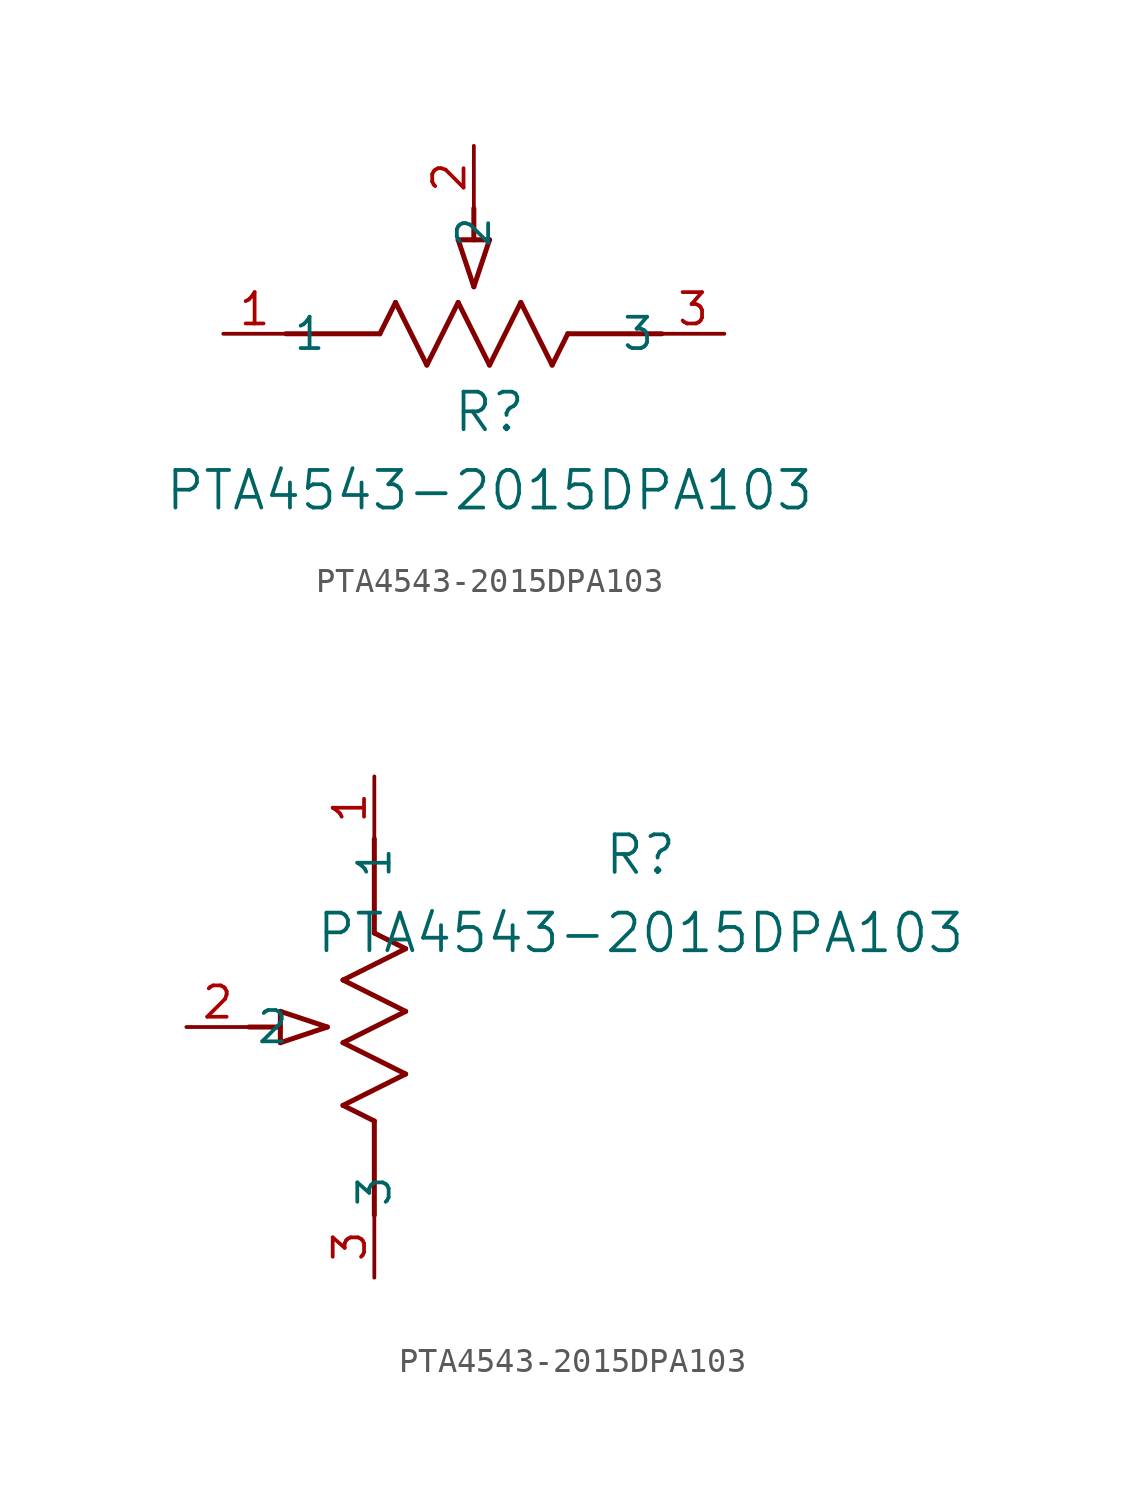
<source format=kicad_sym>
(kicad_symbol_lib
  (version 20211014)
  (generator kicad_symbol_editor)
  (symbol "PTA4543-2015DPA103"
    (pin_names
      (offset 0.254))
    (property "Reference" "R"
      (at 10.795 -3.175 0)
      (effects (font (size 1.524 1.524))))
    (property "Value" "PTA4543-2015DPA103"
      (at 10.795 -6.35 0)
      (effects (font (size 1.524 1.524))))
    (symbol "PTA4543-2015DPA103_1_1"
      (polyline (pts (xy 9.525 3.81) (xy 10.16 1.905)) (stroke (width 0.203) (type default) (color 0 0 0 0)) (fill (type none)))
      (polyline (pts (xy 10.795 3.81) (xy 10.16 1.905)) (stroke (width 0.203) (type default) (color 0 0 0 0)) (fill (type none)))
      (polyline (pts (xy 9.525 3.81) (xy 10.795 3.81)) (stroke (width 0.203) (type default) (color 0 0 0 0)) (fill (type none)))
      (polyline (pts (xy 10.16 3.81) (xy 10.16 5.08)) (stroke (width 0.203) (type default) (color 0 0 0 0)) (fill (type none)))
      (polyline (pts (xy 6.35 0) (xy 6.985 1.27)) (stroke (width 0.203) (type default) (color 0 0 0 0)) (fill (type none)))
      (polyline (pts (xy 9.525 1.27) (xy 10.795 -1.27)) (stroke (width 0.203) (type default) (color 0 0 0 0)) (fill (type none)))
      (polyline (pts (xy 10.795 -1.27) (xy 12.065 1.27)) (stroke (width 0.203) (type default) (color 0 0 0 0)) (fill (type none)))
      (polyline (pts (xy 8.255 -1.27) (xy 9.525 1.27)) (stroke (width 0.203) (type default) (color 0 0 0 0)) (fill (type none)))
      (polyline (pts (xy 6.985 1.27) (xy 8.255 -1.27)) (stroke (width 0.203) (type default) (color 0 0 0 0)) (fill (type none)))
      (polyline (pts (xy 13.335 -1.27) (xy 13.97 0)) (stroke (width 0.203) (type default) (color 0 0 0 0)) (fill (type none)))
      (polyline (pts (xy 13.97 0) (xy 17.78 0)) (stroke (width 0.203) (type default) (color 0 0 0 0)) (fill (type none)))
      (polyline (pts (xy 2.54 0) (xy 6.35 0)) (stroke (width 0.203) (type default) (color 0 0 0 0)) (fill (type none)))
      (polyline (pts (xy 12.065 1.27) (xy 13.335 -1.27)) (stroke (width 0.203) (type default) (color 0 0 0 0)) (fill (type none)))
      (pin unspecified line (at 20.32 0 180) (length 2.54) (name "3" (effects (font (size 1.27 1.27)))) (number "3" (effects (font (size 1.27 1.27)))))
      (pin unspecified line (at 10.16 7.62 270) (length 2.54) (name "2" (effects (font (size 1.27 1.27)))) (number "2" (effects (font (size 1.27 1.27)))))
      (pin unspecified line (at 0 0 0) (length 2.54) (name "1" (effects (font (size 1.27 1.27)))) (number "1" (effects (font (size 1.27 1.27))))))
    (symbol "PTA4543-2015DPA103_1_2"
      (polyline (pts (xy 0 -13.97) (xy -1.27 -13.335)) (stroke (width 0.203) (type default) (color 0 0 0 0)) (fill (type none)))
      (polyline (pts (xy 0 -17.78) (xy 0 -13.97)) (stroke (width 0.203) (type default) (color 0 0 0 0)) (fill (type none)))
      (polyline (pts (xy -3.81 -10.795) (xy -1.905 -10.16)) (stroke (width 0.203) (type default) (color 0 0 0 0)) (fill (type none)))
      (polyline (pts (xy -3.81 -9.525) (xy -1.905 -10.16)) (stroke (width 0.203) (type default) (color 0 0 0 0)) (fill (type none)))
      (polyline (pts (xy -3.81 -10.795) (xy -3.81 -9.525)) (stroke (width 0.203) (type default) (color 0 0 0 0)) (fill (type none)))
      (polyline (pts (xy 1.27 -12.065) (xy -1.27 -10.795)) (stroke (width 0.203) (type default) (color 0 0 0 0)) (fill (type none)))
      (polyline (pts (xy -1.27 -10.795) (xy 1.27 -9.525)) (stroke (width 0.203) (type default) (color 0 0 0 0)) (fill (type none)))
      (polyline (pts (xy 1.27 -9.525) (xy -1.27 -8.255)) (stroke (width 0.203) (type default) (color 0 0 0 0)) (fill (type none)))
      (polyline (pts (xy -1.27 -8.255) (xy 1.27 -6.985)) (stroke (width 0.203) (type default) (color 0 0 0 0)) (fill (type none)))
      (polyline (pts (xy 1.27 -6.985) (xy 0 -6.35)) (stroke (width 0.203) (type default) (color 0 0 0 0)) (fill (type none)))
      (polyline (pts (xy -1.27 -13.335) (xy 1.27 -12.065)) (stroke (width 0.203) (type default) (color 0 0 0 0)) (fill (type none)))
      (polyline (pts (xy 0 -6.35) (xy 0 -2.54)) (stroke (width 0.203) (type default) (color 0 0 0 0)) (fill (type none)))
      (polyline (pts (xy -3.81 -10.16) (xy -5.08 -10.16)) (stroke (width 0.203) (type default) (color 0 0 0 0)) (fill (type none)))
      (pin unspecified line (at 0 -20.32 90) (length 2.54) (name "3" (effects (font (size 1.27 1.27)))) (number "3" (effects (font (size 1.27 1.27)))))
      (pin unspecified line (at -7.62 -10.16 0) (length 2.54) (name "2" (effects (font (size 1.27 1.27)))) (number "2" (effects (font (size 1.27 1.27)))))
      (pin unspecified line (at 0 0 270) (length 2.54) (name "1" (effects (font (size 1.27 1.27)))) (number "1" (effects (font (size 1.27 1.27))))))))
</source>
